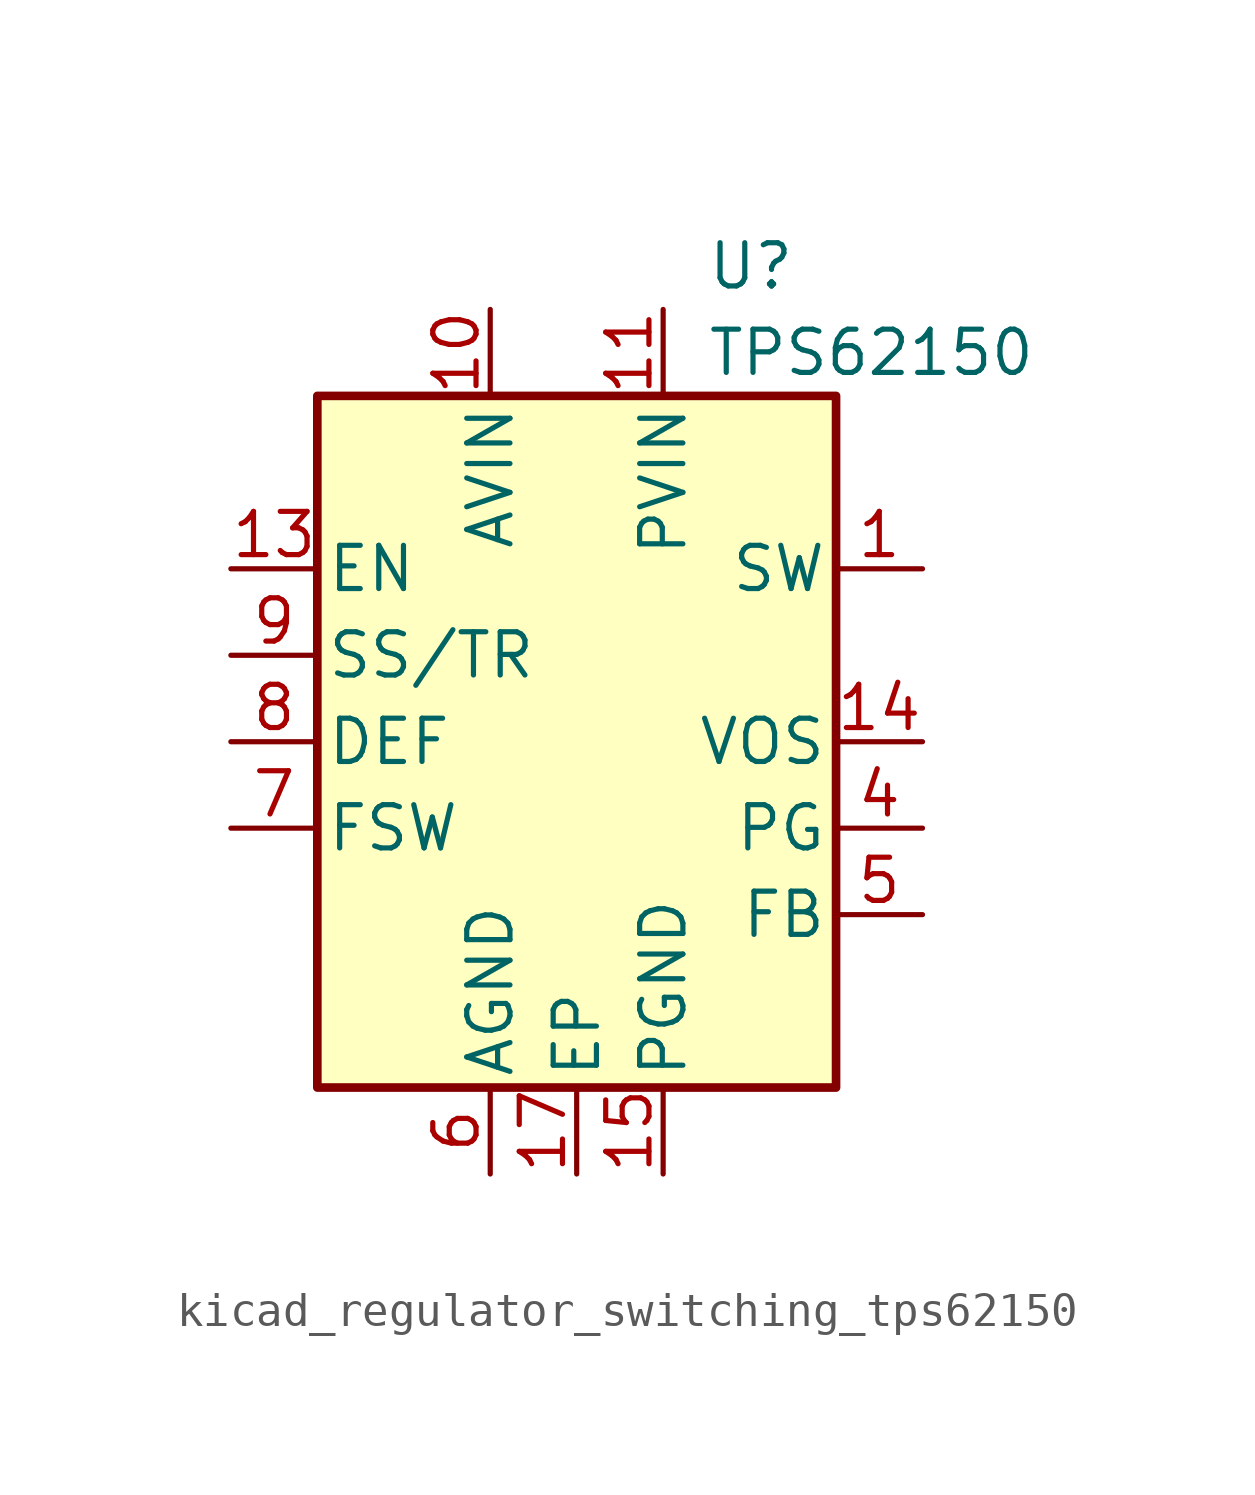
<source format=kicad_sym>
(kicad_symbol_lib
  (version 20220914)
  (generator kicad_symbol_editor)
  (symbol "kicad_regulator_switching_tps62150"
    (pin_names
      (offset 0.254))
    (property "Reference" "U"
      (at 3.81 13.97 0)
      (effects (font (size 1.27 1.27)) (justify left)))
    (property "Value" "TPS62150"
      (at 3.81 11.43 0)
      (effects (font (size 1.27 1.27)) (justify left)))
    (symbol "kicad_regulator_switching_tps62150_0_1"
      (rectangle (start -7.62 10.16) (end 7.62 -10.16) (stroke (width 0.254) (type default)) (fill (type background))))
    (symbol "kicad_regulator_switching_tps62150_1_1"
      (pin output line (at 10.16 5.08 180) (length 2.54) (name "SW" (effects (font (size 1.27 1.27)))) (number "1" (effects (font (size 1.27 1.27)))))
      (pin power_in line (at -2.54 12.7 270) (length 2.54) (name "AVIN" (effects (font (size 1.27 1.27)))) (number "10" (effects (font (size 1.27 1.27)))))
      (pin power_in line (at 2.54 12.7 270) (length 2.54) (name "PVIN" (effects (font (size 1.27 1.27)))) (number "11" (effects (font (size 1.27 1.27)))))
      (pin passive line (at 2.54 12.7 270) (length 2.54) hide (name "PVIN" (effects (font (size 1.27 1.27)))) (number "12" (effects (font (size 1.27 1.27)))))
      (pin input line (at -10.16 5.08 0) (length 2.54) (name "EN" (effects (font (size 1.27 1.27)))) (number "13" (effects (font (size 1.27 1.27)))))
      (pin input line (at 10.16 0 180) (length 2.54) (name "VOS" (effects (font (size 1.27 1.27)))) (number "14" (effects (font (size 1.27 1.27)))))
      (pin power_in line (at 2.54 -12.7 90) (length 2.54) (name "PGND" (effects (font (size 1.27 1.27)))) (number "15" (effects (font (size 1.27 1.27)))))
      (pin passive line (at 2.54 -12.7 90) (length 2.54) hide (name "PGND" (effects (font (size 1.27 1.27)))) (number "16" (effects (font (size 1.27 1.27)))))
      (pin power_in line (at 0 -12.7 90) (length 2.54) (name "EP" (effects (font (size 1.27 1.27)))) (number "17" (effects (font (size 1.27 1.27)))))
      (pin passive line (at 10.16 5.08 180) (length 2.54) hide (name "SW" (effects (font (size 1.27 1.27)))) (number "2" (effects (font (size 1.27 1.27)))))
      (pin passive line (at 10.16 5.08 180) (length 2.54) hide (name "SW" (effects (font (size 1.27 1.27)))) (number "3" (effects (font (size 1.27 1.27)))))
      (pin open_collector line (at 10.16 -2.54 180) (length 2.54) (name "PG" (effects (font (size 1.27 1.27)))) (number "4" (effects (font (size 1.27 1.27)))))
      (pin input line (at 10.16 -5.08 180) (length 2.54) (name "FB" (effects (font (size 1.27 1.27)))) (number "5" (effects (font (size 1.27 1.27)))))
      (pin power_in line (at -2.54 -12.7 90) (length 2.54) (name "AGND" (effects (font (size 1.27 1.27)))) (number "6" (effects (font (size 1.27 1.27)))))
      (pin input line (at -10.16 -2.54 0) (length 2.54) (name "FSW" (effects (font (size 1.27 1.27)))) (number "7" (effects (font (size 1.27 1.27)))))
      (pin input line (at -10.16 0 0) (length 2.54) (name "DEF" (effects (font (size 1.27 1.27)))) (number "8" (effects (font (size 1.27 1.27)))))
      (pin input line (at -10.16 2.54 0) (length 2.54) (name "SS/TR" (effects (font (size 1.27 1.27)))) (number "9" (effects (font (size 1.27 1.27))))))))
</source>
